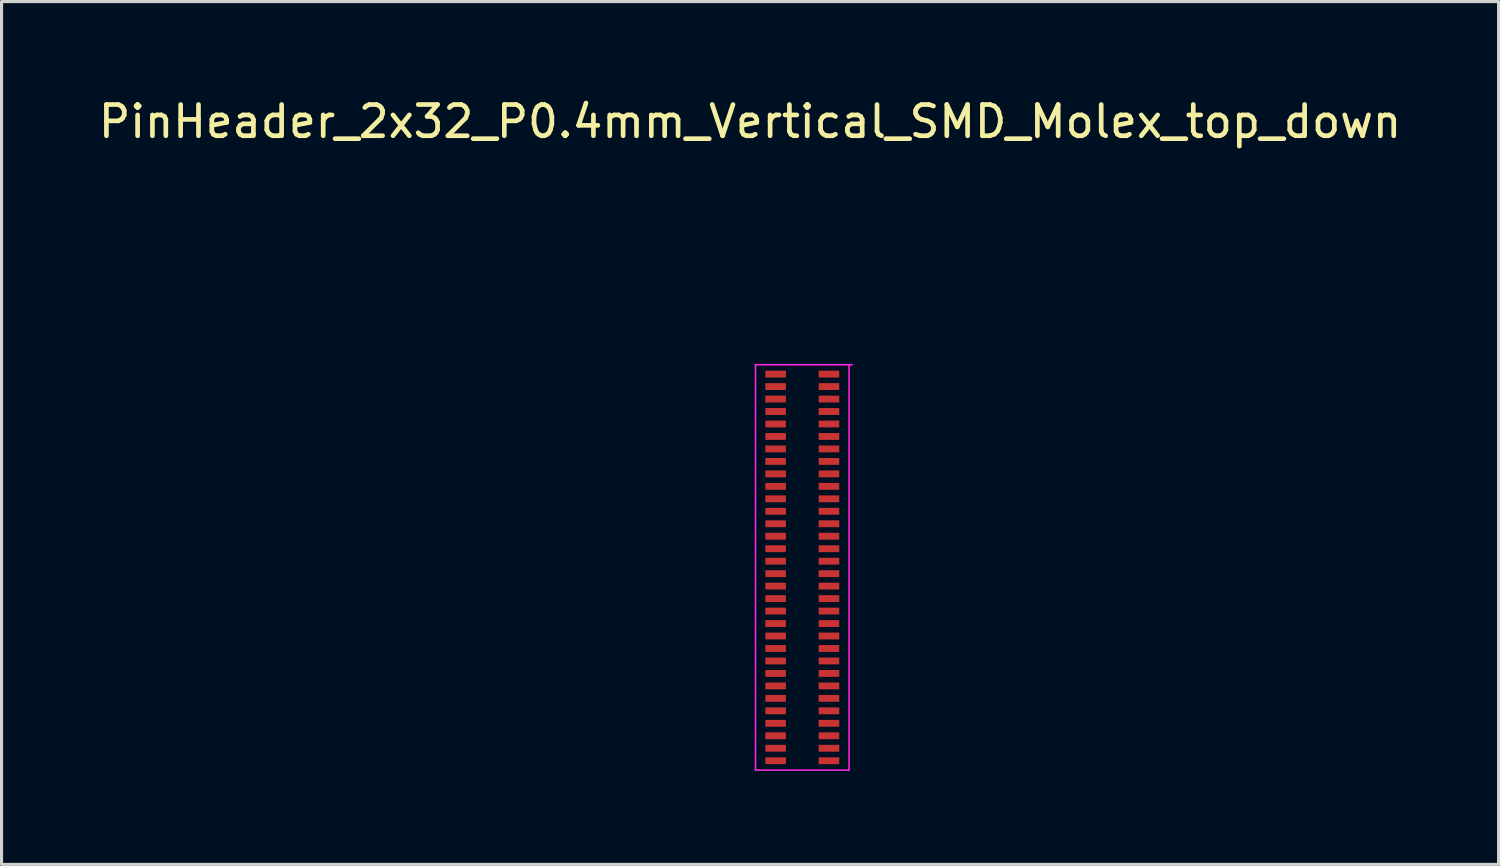
<source format=kicad_pcb>
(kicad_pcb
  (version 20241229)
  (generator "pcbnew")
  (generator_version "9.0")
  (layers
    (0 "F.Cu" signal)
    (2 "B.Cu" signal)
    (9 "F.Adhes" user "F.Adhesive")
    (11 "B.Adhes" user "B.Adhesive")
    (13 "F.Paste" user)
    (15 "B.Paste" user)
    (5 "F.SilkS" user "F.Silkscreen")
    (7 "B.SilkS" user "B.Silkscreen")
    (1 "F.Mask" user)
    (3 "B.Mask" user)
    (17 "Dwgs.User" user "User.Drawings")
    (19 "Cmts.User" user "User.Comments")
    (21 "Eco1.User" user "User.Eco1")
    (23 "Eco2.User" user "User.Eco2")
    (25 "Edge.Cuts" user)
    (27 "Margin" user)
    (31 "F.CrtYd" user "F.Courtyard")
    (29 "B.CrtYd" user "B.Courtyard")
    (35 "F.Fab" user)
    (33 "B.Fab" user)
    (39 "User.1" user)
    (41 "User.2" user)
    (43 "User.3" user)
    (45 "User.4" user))
  (footprint "PinHeader_2x32_P0.4mm_Vertical_SMD_Molex_top_down"
    (layer "F.Cu")
    (at 21.181 8.648)
    (property "Reference" "PinHeader_2x32_P0.4mm_Vertical_SMD_Molex_top_down" (at -0.175 -7.8 0) (layer "F.SilkS") (effects (font (size 1 1) (thickness 0.15))))
    (attr smd)
    (fp_line (start 0 0) (end 0 13) (stroke (width 0.05) (type solid)) (layer "F.CrtYd"))
    (fp_line (start 0 13) (end 3 13) (stroke (width 0.05) (type solid)) (layer "F.CrtYd"))
    (fp_line (start 3 13) (end 3 0) (stroke (width 0.05) (type solid)) (layer "F.CrtYd"))
    (fp_line (start 3.1 0) (end 0 0) (stroke (width 0.05) (type solid)) (layer "F.CrtYd"))
    (pad "1" smd rect (at 0.645 0.3) (size 0.66 0.22) (layers "F.Cu" "F.Mask" "F.Paste"))
    (pad "2" smd rect (at 0.645 0.7) (size 0.66 0.22) (layers "F.Cu" "F.Mask" "F.Paste"))
    (pad "3" smd rect (at 0.645 1.1) (size 0.66 0.22) (layers "F.Cu" "F.Mask" "F.Paste"))
    (pad "4" smd rect (at 0.645 1.5) (size 0.66 0.22) (layers "F.Cu" "F.Mask" "F.Paste"))
    (pad "5" smd rect (at 0.645 1.9) (size 0.66 0.22) (layers "F.Cu" "F.Mask" "F.Paste"))
    (pad "6" smd rect (at 0.645 2.3) (size 0.66 0.22) (layers "F.Cu" "F.Mask" "F.Paste"))
    (pad "7" smd rect (at 0.645 2.7) (size 0.66 0.22) (layers "F.Cu" "F.Mask" "F.Paste"))
    (pad "8" smd rect (at 0.645 3.1) (size 0.66 0.22) (layers "F.Cu" "F.Mask" "F.Paste"))
    (pad "9" smd rect (at 0.645 3.5) (size 0.66 0.22) (layers "F.Cu" "F.Mask" "F.Paste"))
    (pad "10" smd rect (at 0.645 3.9) (size 0.66 0.22) (layers "F.Cu" "F.Mask" "F.Paste"))
    (pad "11" smd rect (at 0.645 4.3) (size 0.66 0.22) (layers "F.Cu" "F.Mask" "F.Paste"))
    (pad "12" smd rect (at 0.645 4.7) (size 0.66 0.22) (layers "F.Cu" "F.Mask" "F.Paste"))
    (pad "13" smd rect (at 0.645 5.1) (size 0.66 0.22) (layers "F.Cu" "F.Mask" "F.Paste"))
    (pad "14" smd rect (at 0.645 5.5) (size 0.66 0.22) (layers "F.Cu" "F.Mask" "F.Paste"))
    (pad "15" smd rect (at 0.645 5.9) (size 0.66 0.22) (layers "F.Cu" "F.Mask" "F.Paste"))
    (pad "16" smd rect (at 0.645 6.3) (size 0.66 0.22) (layers "F.Cu" "F.Mask" "F.Paste"))
    (pad "17" smd rect (at 0.645 6.7) (size 0.66 0.22) (layers "F.Cu" "F.Mask" "F.Paste"))
    (pad "18" smd rect (at 0.645 7.1) (size 0.66 0.22) (layers "F.Cu" "F.Mask" "F.Paste"))
    (pad "19" smd rect (at 0.645 7.5) (size 0.66 0.22) (layers "F.Cu" "F.Mask" "F.Paste"))
    (pad "20" smd rect (at 0.645 7.9) (size 0.66 0.22) (layers "F.Cu" "F.Mask" "F.Paste"))
    (pad "21" smd rect (at 0.645 8.3) (size 0.66 0.22) (layers "F.Cu" "F.Mask" "F.Paste"))
    (pad "22" smd rect (at 0.645 8.7) (size 0.66 0.22) (layers "F.Cu" "F.Mask" "F.Paste"))
    (pad "23" smd rect (at 0.645 9.1) (size 0.66 0.22) (layers "F.Cu" "F.Mask" "F.Paste"))
    (pad "24" smd rect (at 0.645 9.5) (size 0.66 0.22) (layers "F.Cu" "F.Mask" "F.Paste"))
    (pad "25" smd rect (at 0.645 9.9) (size 0.66 0.22) (layers "F.Cu" "F.Mask" "F.Paste"))
    (pad "26" smd rect (at 0.645 10.3) (size 0.66 0.22) (layers "F.Cu" "F.Mask" "F.Paste"))
    (pad "27" smd rect (at 0.645 10.7) (size 0.66 0.22) (layers "F.Cu" "F.Mask" "F.Paste"))
    (pad "28" smd rect (at 0.645 11.1) (size 0.66 0.22) (layers "F.Cu" "F.Mask" "F.Paste"))
    (pad "29" smd rect (at 0.645 11.5) (size 0.66 0.22) (layers "F.Cu" "F.Mask" "F.Paste"))
    (pad "30" smd rect (at 0.645 11.9) (size 0.66 0.22) (layers "F.Cu" "F.Mask" "F.Paste"))
    (pad "31" smd rect (at 0.645 12.3) (size 0.66 0.22) (layers "F.Cu" "F.Mask" "F.Paste"))
    (pad "32" smd rect (at 0.645 12.7) (size 0.66 0.22) (layers "F.Cu" "F.Mask" "F.Paste"))
    (pad "33" smd rect (at 2.355 12.7) (size 0.66 0.22) (layers "F.Cu" "F.Mask" "F.Paste"))
    (pad "34" smd rect (at 2.355 12.3) (size 0.66 0.22) (layers "F.Cu" "F.Mask" "F.Paste"))
    (pad "35" smd rect (at 2.355 11.9) (size 0.66 0.22) (layers "F.Cu" "F.Mask" "F.Paste"))
    (pad "36" smd rect (at 2.355 11.5) (size 0.66 0.22) (layers "F.Cu" "F.Mask" "F.Paste"))
    (pad "37" smd rect (at 2.355 11.1) (size 0.66 0.22) (layers "F.Cu" "F.Mask" "F.Paste"))
    (pad "38" smd rect (at 2.355 10.7) (size 0.66 0.22) (layers "F.Cu" "F.Mask" "F.Paste"))
    (pad "39" smd rect (at 2.355 10.3) (size 0.66 0.22) (layers "F.Cu" "F.Mask" "F.Paste"))
    (pad "40" smd rect (at 2.355 9.9) (size 0.66 0.22) (layers "F.Cu" "F.Mask" "F.Paste"))
    (pad "41" smd rect (at 2.355 9.5) (size 0.66 0.22) (layers "F.Cu" "F.Mask" "F.Paste"))
    (pad "42" smd rect (at 2.355 9.1) (size 0.66 0.22) (layers "F.Cu" "F.Mask" "F.Paste"))
    (pad "43" smd rect (at 2.355 8.7) (size 0.66 0.22) (layers "F.Cu" "F.Mask" "F.Paste"))
    (pad "44" smd rect (at 2.355 8.3) (size 0.66 0.22) (layers "F.Cu" "F.Mask" "F.Paste"))
    (pad "45" smd rect (at 2.355 7.9) (size 0.66 0.22) (layers "F.Cu" "F.Mask" "F.Paste"))
    (pad "46" smd rect (at 2.355 7.5) (size 0.66 0.22) (layers "F.Cu" "F.Mask" "F.Paste"))
    (pad "47" smd rect (at 2.355 7.1) (size 0.66 0.22) (layers "F.Cu" "F.Mask" "F.Paste"))
    (pad "48" smd rect (at 2.355 6.7) (size 0.66 0.22) (layers "F.Cu" "F.Mask" "F.Paste"))
    (pad "49" smd rect (at 2.355 6.3) (size 0.66 0.22) (layers "F.Cu" "F.Mask" "F.Paste"))
    (pad "50" smd rect (at 2.355 5.9) (size 0.66 0.22) (layers "F.Cu" "F.Mask" "F.Paste"))
    (pad "51" smd rect (at 2.355 5.5) (size 0.66 0.22) (layers "F.Cu" "F.Mask" "F.Paste"))
    (pad "52" smd rect (at 2.355 5.1) (size 0.66 0.22) (layers "F.Cu" "F.Mask" "F.Paste"))
    (pad "53" smd rect (at 2.355 4.7) (size 0.66 0.22) (layers "F.Cu" "F.Mask" "F.Paste"))
    (pad "54" smd rect (at 2.355 4.3) (size 0.66 0.22) (layers "F.Cu" "F.Mask" "F.Paste"))
    (pad "55" smd rect (at 2.355 3.9) (size 0.66 0.22) (layers "F.Cu" "F.Mask" "F.Paste"))
    (pad "56" smd rect (at 2.355 3.5) (size 0.66 0.22) (layers "F.Cu" "F.Mask" "F.Paste"))
    (pad "57" smd rect (at 2.355 3.1) (size 0.66 0.22) (layers "F.Cu" "F.Mask" "F.Paste"))
    (pad "58" smd rect (at 2.355 2.7) (size 0.66 0.22) (layers "F.Cu" "F.Mask" "F.Paste"))
    (pad "59" smd rect (at 2.355 2.3) (size 0.66 0.22) (layers "F.Cu" "F.Mask" "F.Paste"))
    (pad "60" smd rect (at 2.355 1.9) (size 0.66 0.22) (layers "F.Cu" "F.Mask" "F.Paste"))
    (pad "61" smd rect (at 2.355 1.5) (size 0.66 0.22) (layers "F.Cu" "F.Mask" "F.Paste"))
    (pad "62" smd rect (at 2.355 1.1) (size 0.66 0.22) (layers "F.Cu" "F.Mask" "F.Paste"))
    (pad "63" smd rect (at 2.355 0.7) (size 0.66 0.22) (layers "F.Cu" "F.Mask" "F.Paste"))
    (pad "64" smd rect (at 2.355 0.3) (size 0.66 0.22) (layers "F.Cu" "F.Mask" "F.Paste")))
  (gr_rect
    (start -3 -3)
    (end 45.012 24.673)
    (stroke (width 0.1) (type default))
    (fill no)
    (layer "Edge.Cuts")))
</source>
